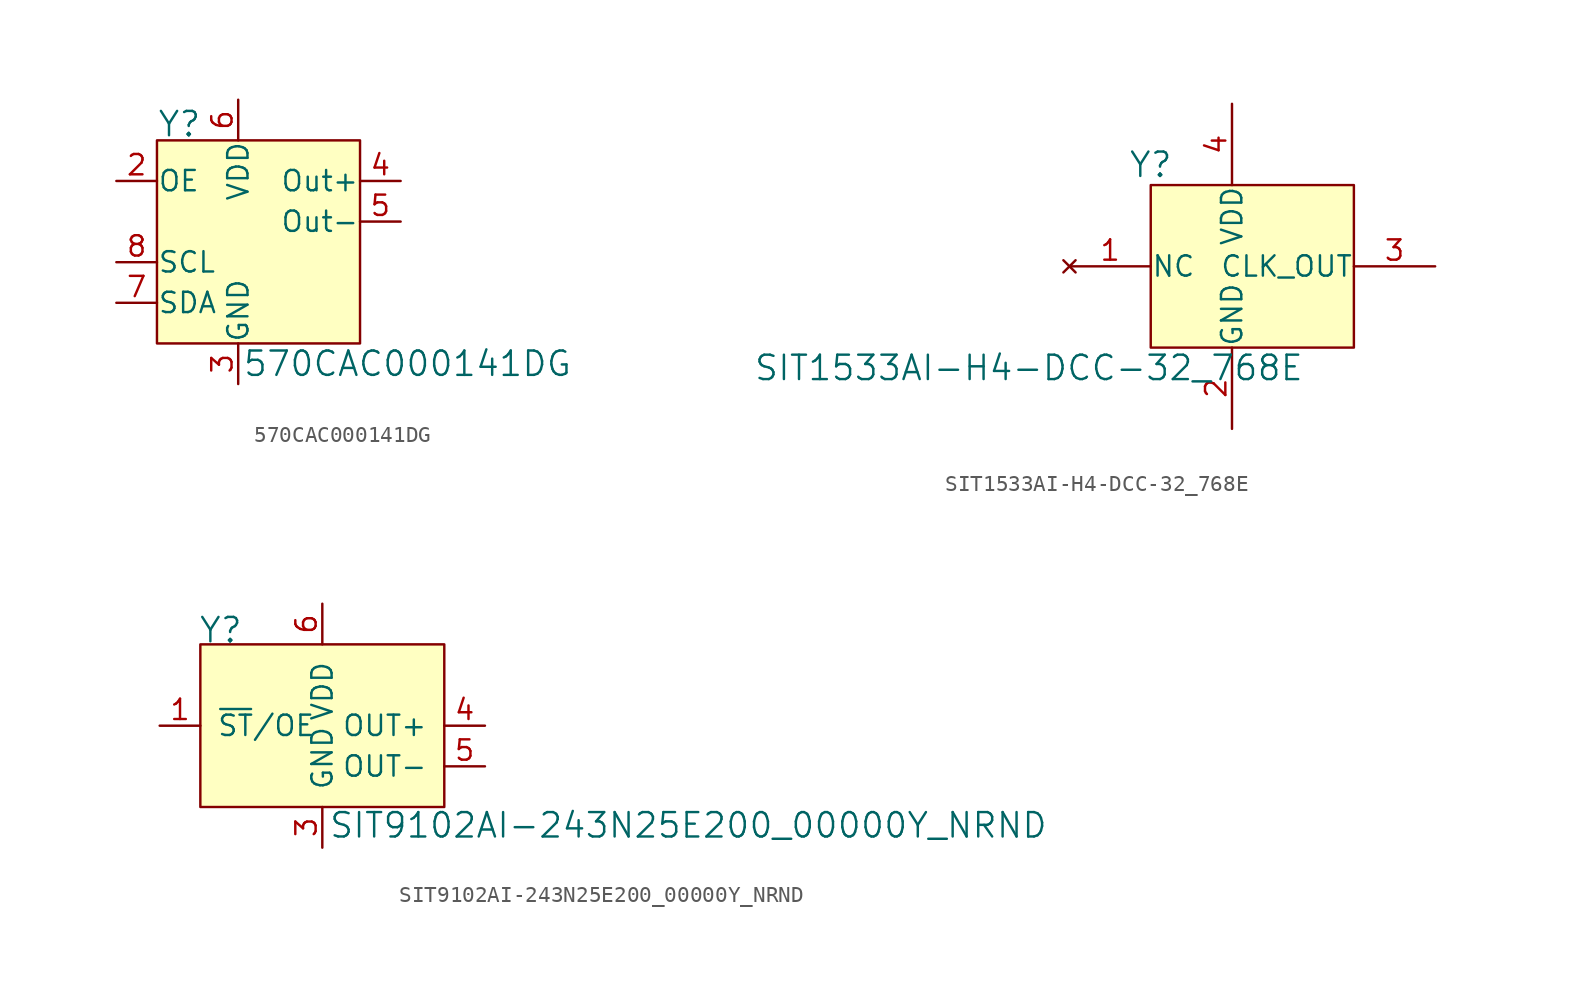
<source format=kicad_sym>
(kicad_symbol_lib
  (version 20231120)
  (generator "kicad_symbol_editor")
  (generator_version "8.0")
  (symbol "570CAC000141DG"
    (pin_names
      (offset 0.025))
    (property "Reference" "Y"
      (at -7.62 6.096 0)
      (effects (font (size 1.524 1.524)) (justify left)))
    (property "Value" "570CAC000141DG"
      (at -2.286 -8.89 0)
      (effects (font (size 1.524 1.524)) (justify left)))
    (symbol "570CAC000141DG_0_1"
      (rectangle (start -7.62 5.08) (end 5.08 -7.62) (stroke (width 0) (type default)) (fill (type background))))
    (symbol "570CAC000141DG_1_1"
      (pin no_connect line (at -7.62 0 0) (length 2.54) hide (name "NC" (effects (font (size 1.27 1.27)))) (number "1" (effects (font (size 1.27 1.27)))))
      (pin input line (at -10.16 2.54 0) (length 2.54) (name "OE" (effects (font (size 1.27 1.27)))) (number "2" (effects (font (size 1.27 1.27)))))
      (pin power_in line (at -2.54 -10.16 90) (length 2.54) (name "GND" (effects (font (size 1.27 1.27)))) (number "3" (effects (font (size 1.27 1.27)))))
      (pin output line (at 7.62 2.54 180) (length 2.54) (name "Out+" (effects (font (size 1.27 1.27)))) (number "4" (effects (font (size 1.27 1.27)))))
      (pin output line (at 7.62 0 180) (length 2.54) (name "Out-" (effects (font (size 1.27 1.27)))) (number "5" (effects (font (size 1.27 1.27)))))
      (pin power_in line (at -2.54 7.62 270) (length 2.54) (name "VDD" (effects (font (size 1.27 1.27)))) (number "6" (effects (font (size 1.27 1.27)))))
      (pin bidirectional line (at -10.16 -5.08 0) (length 2.54) (name "SDA" (effects (font (size 1.27 1.27)))) (number "7" (effects (font (size 1.27 1.27)))))
      (pin input line (at -10.16 -2.54 0) (length 2.54) (name "SCL" (effects (font (size 1.27 1.27)))) (number "8" (effects (font (size 1.27 1.27)))))))
  (symbol "SIT1533AI-H4-DCC-32_768E"
    (pin_names
      (offset 0.025))
    (property "Reference" "Y"
      (at -5.08 6.35 0)
      (effects (font (size 1.524 1.524))))
    (property "Value" "SIT1533AI-H4-DCC-32_768E"
      (at -12.7 -6.35 0)
      (effects (font (size 1.524 1.524))))
    (symbol "SIT1533AI-H4-DCC-32_768E_0_1"
      (rectangle (start 7.62 5.08) (end -5.08 -5.08) (stroke (width 0) (type default)) (fill (type background))))
    (symbol "SIT1533AI-H4-DCC-32_768E_1_1"
      (pin no_connect line (at -10.16 0 0) (length 5.08) (name "NC" (effects (font (size 1.27 1.27)))) (number "1" (effects (font (size 1.27 1.27)))))
      (pin power_in line (at 0 -10.16 90) (length 5.08) (name "GND" (effects (font (size 1.27 1.27)))) (number "2" (effects (font (size 1.27 1.27)))))
      (pin output line (at 12.7 0 180) (length 5.08) (name "CLK_OUT" (effects (font (size 1.27 1.27)))) (number "3" (effects (font (size 1.27 1.27)))))
      (pin power_in line (at 0 10.16 270) (length 5.08) (name "VDD" (effects (font (size 1.27 1.27)))) (number "4" (effects (font (size 1.27 1.27)))))))
  (symbol "SIT9102AI-243N25E200_00000Y_NRND"
    (pin_names
      (offset 1.016))
    (property "Reference" "Y"
      (at -10.287 5.969 0)
      (effects (font (size 1.524 1.524)) (justify left)))
    (property "Value" "SIT9102AI-243N25E200_00000Y_NRND"
      (at -2.159 -6.223 0)
      (effects (font (size 1.524 1.524)) (justify left)))
    (symbol "SIT9102AI-243N25E200_00000Y_NRND_0_1"
      (rectangle (start -10.16 5.08) (end 5.08 -5.08) (stroke (width 0) (type default)) (fill (type background))))
    (symbol "SIT9102AI-243N25E200_00000Y_NRND_1_1"
      (pin output line (at -12.7 0 0) (length 2.54) (name "~{ST}/OE" (effects (font (size 1.27 1.27)))) (number "1" (effects (font (size 1.27 1.27)))))
      (pin no_connect line (at -10.16 -2.54 0) (length 2.54) hide (name "NC" (effects (font (size 1.27 1.27)))) (number "2" (effects (font (size 1.27 1.27)))))
      (pin power_in line (at -2.54 -7.62 90) (length 2.54) (name "GND" (effects (font (size 1.27 1.27)))) (number "3" (effects (font (size 1.27 1.27)))))
      (pin output line (at 7.62 0 180) (length 2.54) (name "OUT+" (effects (font (size 1.27 1.27)))) (number "4" (effects (font (size 1.27 1.27)))))
      (pin output line (at 7.62 -2.54 180) (length 2.54) (name "OUT-" (effects (font (size 1.27 1.27)))) (number "5" (effects (font (size 1.27 1.27)))))
      (pin power_in line (at -2.54 7.62 270) (length 2.54) (name "VDD" (effects (font (size 1.27 1.27)))) (number "6" (effects (font (size 1.27 1.27))))))))
</source>
